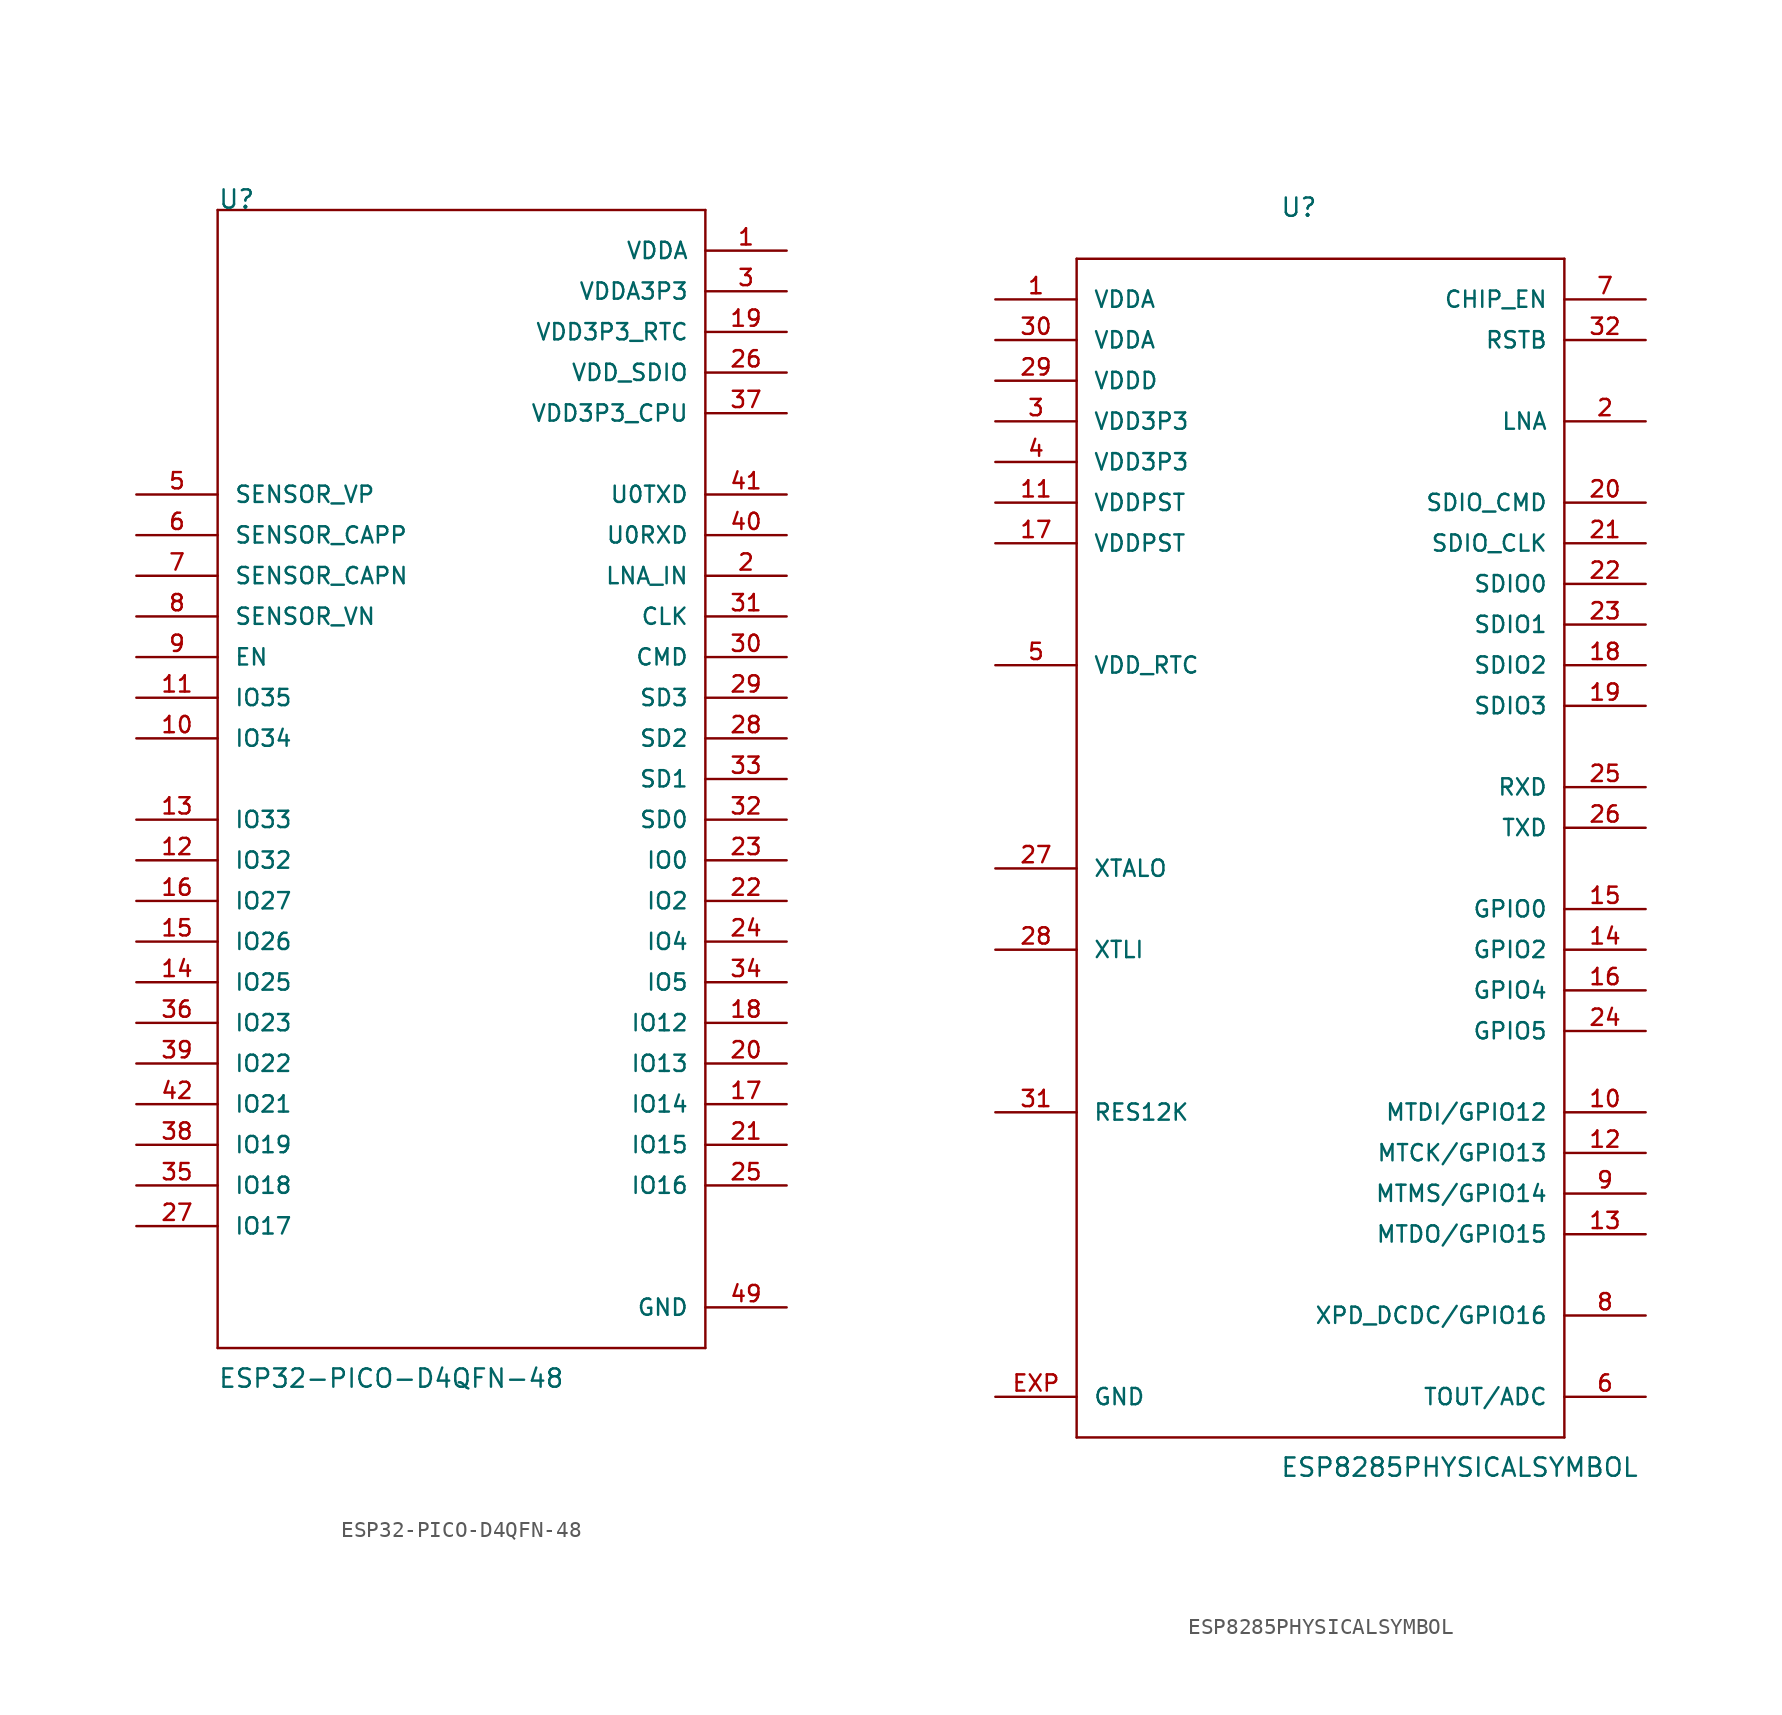
<source format=kicad_sym>
(kicad_symbol_lib
  (version 20211014)
  (generator kicad_symbol_editor)
  (symbol "ESP32-PICO-D4QFN-48"
    (pin_names
      (offset 1.016))
    (property "Reference" "U"
      (at -15.24 35.56 0)
      (effects (font (size 1.143 1.143)) (justify left bottom)))
    (property "Value" "ESP32-PICO-D4QFN-48"
      (at -15.24 -38.125 0)
      (effects (font (size 1.143 1.143)) (justify left bottom)))
    (property "ki_locked" ""
      (at 0 0 0)
      (effects (font (size 1.27 1.27))))
    (symbol "ESP32-PICO-D4QFN-48_1_0"
      (polyline (pts (xy -15.24 -35.56) (xy -15.24 35.56)) (stroke (width 0) (type default) (color 0 0 0 0)) (fill (type none)))
      (polyline (pts (xy -15.24 35.56) (xy 15.24 35.56)) (stroke (width 0) (type default) (color 0 0 0 0)) (fill (type none)))
      (polyline (pts (xy 15.24 -35.56) (xy -15.24 -35.56)) (stroke (width 0) (type default) (color 0 0 0 0)) (fill (type none)))
      (polyline (pts (xy 15.24 35.56) (xy 15.24 -35.56)) (stroke (width 0) (type default) (color 0 0 0 0)) (fill (type none))))
    (symbol "ESP32-PICO-D4QFN-48_1_1"
      (pin power_in line (at 20.32 33.02 180) (length 5.08) (name "VDDA" (effects (font (size 1.016 1.016)))) (number "1" (effects (font (size 1.016 1.016)))))
      (pin input line (at -20.32 2.54 0) (length 5.08) (name "IO34" (effects (font (size 1.016 1.016)))) (number "10" (effects (font (size 1.016 1.016)))))
      (pin input line (at -20.32 5.08 0) (length 5.08) (name "IO35" (effects (font (size 1.016 1.016)))) (number "11" (effects (font (size 1.016 1.016)))))
      (pin bidirectional line (at -20.32 -5.08 0) (length 5.08) (name "IO32" (effects (font (size 1.016 1.016)))) (number "12" (effects (font (size 1.016 1.016)))))
      (pin bidirectional line (at -20.32 -2.54 0) (length 5.08) (name "IO33" (effects (font (size 1.016 1.016)))) (number "13" (effects (font (size 1.016 1.016)))))
      (pin bidirectional line (at -20.32 -12.7 0) (length 5.08) (name "IO25" (effects (font (size 1.016 1.016)))) (number "14" (effects (font (size 1.016 1.016)))))
      (pin bidirectional line (at -20.32 -10.16 0) (length 5.08) (name "IO26" (effects (font (size 1.016 1.016)))) (number "15" (effects (font (size 1.016 1.016)))))
      (pin bidirectional line (at -20.32 -7.62 0) (length 5.08) (name "IO27" (effects (font (size 1.016 1.016)))) (number "16" (effects (font (size 1.016 1.016)))))
      (pin bidirectional line (at 20.32 -20.32 180) (length 5.08) (name "IO14" (effects (font (size 1.016 1.016)))) (number "17" (effects (font (size 1.016 1.016)))))
      (pin bidirectional line (at 20.32 -15.24 180) (length 5.08) (name "IO12" (effects (font (size 1.016 1.016)))) (number "18" (effects (font (size 1.016 1.016)))))
      (pin power_in line (at 20.32 27.94 180) (length 5.08) (name "VDD3P3_RTC" (effects (font (size 1.016 1.016)))) (number "19" (effects (font (size 1.016 1.016)))))
      (pin bidirectional line (at 20.32 12.7 180) (length 5.08) (name "LNA_IN" (effects (font (size 1.016 1.016)))) (number "2" (effects (font (size 1.016 1.016)))))
      (pin bidirectional line (at 20.32 -17.78 180) (length 5.08) (name "IO13" (effects (font (size 1.016 1.016)))) (number "20" (effects (font (size 1.016 1.016)))))
      (pin bidirectional line (at 20.32 -22.86 180) (length 5.08) (name "IO15" (effects (font (size 1.016 1.016)))) (number "21" (effects (font (size 1.016 1.016)))))
      (pin bidirectional line (at 20.32 -7.62 180) (length 5.08) (name "IO2" (effects (font (size 1.016 1.016)))) (number "22" (effects (font (size 1.016 1.016)))))
      (pin bidirectional line (at 20.32 -5.08 180) (length 5.08) (name "IO0" (effects (font (size 1.016 1.016)))) (number "23" (effects (font (size 1.016 1.016)))))
      (pin bidirectional line (at 20.32 -10.16 180) (length 5.08) (name "IO4" (effects (font (size 1.016 1.016)))) (number "24" (effects (font (size 1.016 1.016)))))
      (pin bidirectional line (at 20.32 -25.4 180) (length 5.08) (name "IO16" (effects (font (size 1.016 1.016)))) (number "25" (effects (font (size 1.016 1.016)))))
      (pin power_in line (at 20.32 25.4 180) (length 5.08) (name "VDD_SDIO" (effects (font (size 1.016 1.016)))) (number "26" (effects (font (size 1.016 1.016)))))
      (pin bidirectional line (at -20.32 -27.94 0) (length 5.08) (name "IO17" (effects (font (size 1.016 1.016)))) (number "27" (effects (font (size 1.016 1.016)))))
      (pin bidirectional line (at 20.32 2.54 180) (length 5.08) (name "SD2" (effects (font (size 1.016 1.016)))) (number "28" (effects (font (size 1.016 1.016)))))
      (pin bidirectional line (at 20.32 5.08 180) (length 5.08) (name "SD3" (effects (font (size 1.016 1.016)))) (number "29" (effects (font (size 1.016 1.016)))))
      (pin power_in line (at 20.32 30.48 180) (length 5.08) (name "VDDA3P3" (effects (font (size 1.016 1.016)))) (number "3" (effects (font (size 1.016 1.016)))))
      (pin bidirectional line (at 20.32 7.62 180) (length 5.08) (name "CMD" (effects (font (size 1.016 1.016)))) (number "30" (effects (font (size 1.016 1.016)))))
      (pin bidirectional line (at 20.32 10.16 180) (length 5.08) (name "CLK" (effects (font (size 1.016 1.016)))) (number "31" (effects (font (size 1.016 1.016)))))
      (pin bidirectional line (at 20.32 -2.54 180) (length 5.08) (name "SD0" (effects (font (size 1.016 1.016)))) (number "32" (effects (font (size 1.016 1.016)))))
      (pin bidirectional line (at 20.32 0 180) (length 5.08) (name "SD1" (effects (font (size 1.016 1.016)))) (number "33" (effects (font (size 1.016 1.016)))))
      (pin bidirectional line (at 20.32 -12.7 180) (length 5.08) (name "IO5" (effects (font (size 1.016 1.016)))) (number "34" (effects (font (size 1.016 1.016)))))
      (pin bidirectional line (at -20.32 -25.4 0) (length 5.08) (name "IO18" (effects (font (size 1.016 1.016)))) (number "35" (effects (font (size 1.016 1.016)))))
      (pin bidirectional line (at -20.32 -15.24 0) (length 5.08) (name "IO23" (effects (font (size 1.016 1.016)))) (number "36" (effects (font (size 1.016 1.016)))))
      (pin power_in line (at 20.32 22.86 180) (length 5.08) (name "VDD3P3_CPU" (effects (font (size 1.016 1.016)))) (number "37" (effects (font (size 1.016 1.016)))))
      (pin bidirectional line (at -20.32 -22.86 0) (length 5.08) (name "IO19" (effects (font (size 1.016 1.016)))) (number "38" (effects (font (size 1.016 1.016)))))
      (pin bidirectional line (at -20.32 -17.78 0) (length 5.08) (name "IO22" (effects (font (size 1.016 1.016)))) (number "39" (effects (font (size 1.016 1.016)))))
      (pin power_in line (at 20.32 30.48 180) (length 5.08) hide (name "VDDA3P3" (effects (font (size 1.016 1.016)))) (number "4" (effects (font (size 1.016 1.016)))))
      (pin bidirectional line (at 20.32 15.24 180) (length 5.08) (name "U0RXD" (effects (font (size 1.016 1.016)))) (number "40" (effects (font (size 1.016 1.016)))))
      (pin bidirectional line (at 20.32 17.78 180) (length 5.08) (name "U0TXD" (effects (font (size 1.016 1.016)))) (number "41" (effects (font (size 1.016 1.016)))))
      (pin bidirectional line (at -20.32 -20.32 0) (length 5.08) (name "IO21" (effects (font (size 1.016 1.016)))) (number "42" (effects (font (size 1.016 1.016)))))
      (pin power_in line (at 20.32 33.02 180) (length 5.08) hide (name "VDDA" (effects (font (size 1.016 1.016)))) (number "43" (effects (font (size 1.016 1.016)))))
      (pin power_in line (at 20.32 33.02 180) (length 5.08) hide (name "VDDA" (effects (font (size 1.016 1.016)))) (number "46" (effects (font (size 1.016 1.016)))))
      (pin power_in line (at 20.32 -33.02 180) (length 5.08) (name "GND" (effects (font (size 1.016 1.016)))) (number "49" (effects (font (size 1.016 1.016)))))
      (pin input line (at -20.32 17.78 0) (length 5.08) (name "SENSOR_VP" (effects (font (size 1.016 1.016)))) (number "5" (effects (font (size 1.016 1.016)))))
      (pin input line (at -20.32 15.24 0) (length 5.08) (name "SENSOR_CAPP" (effects (font (size 1.016 1.016)))) (number "6" (effects (font (size 1.016 1.016)))))
      (pin input line (at -20.32 12.7 0) (length 5.08) (name "SENSOR_CAPN" (effects (font (size 1.016 1.016)))) (number "7" (effects (font (size 1.016 1.016)))))
      (pin input line (at -20.32 10.16 0) (length 5.08) (name "SENSOR_VN" (effects (font (size 1.016 1.016)))) (number "8" (effects (font (size 1.016 1.016)))))
      (pin input line (at -20.32 7.62 0) (length 5.08) (name "EN" (effects (font (size 1.016 1.016)))) (number "9" (effects (font (size 1.016 1.016)))))))
  (symbol "ESP8285PHYSICALSYMBOL"
    (pin_names
      (offset 1.016))
    (property "Reference" "U"
      (at -2.54 38.1 0)
      (effects (font (size 1.143 1.143)) (justify left bottom)))
    (property "Value" "ESP8285PHYSICALSYMBOL"
      (at -2.54 -40.64 0)
      (effects (font (size 1.143 1.143)) (justify left bottom)))
    (property "ki_locked" ""
      (at 0 0 0)
      (effects (font (size 1.27 1.27))))
    (symbol "ESP8285PHYSICALSYMBOL_1_0"
      (polyline (pts (xy -15.24 -38.1) (xy 15.24 -38.1)) (stroke (width 0) (type default) (color 0 0 0 0)) (fill (type none)))
      (polyline (pts (xy -15.24 35.56) (xy -15.24 -38.1)) (stroke (width 0) (type default) (color 0 0 0 0)) (fill (type none)))
      (polyline (pts (xy 15.24 -38.1) (xy 15.24 35.56)) (stroke (width 0) (type default) (color 0 0 0 0)) (fill (type none)))
      (polyline (pts (xy 15.24 35.56) (xy -15.24 35.56)) (stroke (width 0) (type default) (color 0 0 0 0)) (fill (type none))))
    (symbol "ESP8285PHYSICALSYMBOL_1_1"
      (pin power_in line (at -20.32 33.02 0) (length 5.08) (name "VDDA" (effects (font (size 1.016 1.016)))) (number "1" (effects (font (size 1.016 1.016)))))
      (pin bidirectional line (at 20.32 -17.78 180) (length 5.08) (name "MTDI/GPIO12" (effects (font (size 1.016 1.016)))) (number "10" (effects (font (size 1.016 1.016)))))
      (pin power_in line (at -20.32 20.32 0) (length 5.08) (name "VDDPST" (effects (font (size 1.016 1.016)))) (number "11" (effects (font (size 1.016 1.016)))))
      (pin bidirectional line (at 20.32 -20.32 180) (length 5.08) (name "MTCK/GPIO13" (effects (font (size 1.016 1.016)))) (number "12" (effects (font (size 1.016 1.016)))))
      (pin bidirectional line (at 20.32 -25.4 180) (length 5.08) (name "MTDO/GPIO15" (effects (font (size 1.016 1.016)))) (number "13" (effects (font (size 1.016 1.016)))))
      (pin bidirectional line (at 20.32 -7.62 180) (length 5.08) (name "GPIO2" (effects (font (size 1.016 1.016)))) (number "14" (effects (font (size 1.016 1.016)))))
      (pin bidirectional line (at 20.32 -5.08 180) (length 5.08) (name "GPIO0" (effects (font (size 1.016 1.016)))) (number "15" (effects (font (size 1.016 1.016)))))
      (pin bidirectional line (at 20.32 -10.16 180) (length 5.08) (name "GPIO4" (effects (font (size 1.016 1.016)))) (number "16" (effects (font (size 1.016 1.016)))))
      (pin power_in line (at -20.32 17.78 0) (length 5.08) (name "VDDPST" (effects (font (size 1.016 1.016)))) (number "17" (effects (font (size 1.016 1.016)))))
      (pin bidirectional line (at 20.32 10.16 180) (length 5.08) (name "SDIO2" (effects (font (size 1.016 1.016)))) (number "18" (effects (font (size 1.016 1.016)))))
      (pin bidirectional line (at 20.32 7.62 180) (length 5.08) (name "SDIO3" (effects (font (size 1.016 1.016)))) (number "19" (effects (font (size 1.016 1.016)))))
      (pin bidirectional line (at 20.32 25.4 180) (length 5.08) (name "LNA" (effects (font (size 1.016 1.016)))) (number "2" (effects (font (size 1.016 1.016)))))
      (pin bidirectional line (at 20.32 20.32 180) (length 5.08) (name "SDIO_CMD" (effects (font (size 1.016 1.016)))) (number "20" (effects (font (size 1.016 1.016)))))
      (pin bidirectional line (at 20.32 17.78 180) (length 5.08) (name "SDIO_CLK" (effects (font (size 1.016 1.016)))) (number "21" (effects (font (size 1.016 1.016)))))
      (pin bidirectional line (at 20.32 15.24 180) (length 5.08) (name "SDIO0" (effects (font (size 1.016 1.016)))) (number "22" (effects (font (size 1.016 1.016)))))
      (pin bidirectional line (at 20.32 12.7 180) (length 5.08) (name "SDIO1" (effects (font (size 1.016 1.016)))) (number "23" (effects (font (size 1.016 1.016)))))
      (pin bidirectional line (at 20.32 -12.7 180) (length 5.08) (name "GPIO5" (effects (font (size 1.016 1.016)))) (number "24" (effects (font (size 1.016 1.016)))))
      (pin bidirectional line (at 20.32 2.54 180) (length 5.08) (name "RXD" (effects (font (size 1.016 1.016)))) (number "25" (effects (font (size 1.016 1.016)))))
      (pin bidirectional line (at 20.32 0 180) (length 5.08) (name "TXD" (effects (font (size 1.016 1.016)))) (number "26" (effects (font (size 1.016 1.016)))))
      (pin bidirectional line (at -20.32 -2.54 0) (length 5.08) (name "XTALO" (effects (font (size 1.016 1.016)))) (number "27" (effects (font (size 1.016 1.016)))))
      (pin bidirectional line (at -20.32 -7.62 0) (length 5.08) (name "XTLI" (effects (font (size 1.016 1.016)))) (number "28" (effects (font (size 1.016 1.016)))))
      (pin power_in line (at -20.32 27.94 0) (length 5.08) (name "VDDD" (effects (font (size 1.016 1.016)))) (number "29" (effects (font (size 1.016 1.016)))))
      (pin power_in line (at -20.32 25.4 0) (length 5.08) (name "VDD3P3" (effects (font (size 1.016 1.016)))) (number "3" (effects (font (size 1.016 1.016)))))
      (pin power_in line (at -20.32 30.48 0) (length 5.08) (name "VDDA" (effects (font (size 1.016 1.016)))) (number "30" (effects (font (size 1.016 1.016)))))
      (pin input line (at -20.32 -17.78 0) (length 5.08) (name "RES12K" (effects (font (size 1.016 1.016)))) (number "31" (effects (font (size 1.016 1.016)))))
      (pin input line (at 20.32 30.48 180) (length 5.08) (name "RSTB" (effects (font (size 1.016 1.016)))) (number "32" (effects (font (size 1.016 1.016)))))
      (pin power_in line (at -20.32 22.86 0) (length 5.08) (name "VDD3P3" (effects (font (size 1.016 1.016)))) (number "4" (effects (font (size 1.016 1.016)))))
      (pin unspecified line (at -20.32 10.16 0) (length 5.08) (name "VDD_RTC" (effects (font (size 1.016 1.016)))) (number "5" (effects (font (size 1.016 1.016)))))
      (pin input line (at 20.32 -35.56 180) (length 5.08) (name "TOUT/ADC" (effects (font (size 1.016 1.016)))) (number "6" (effects (font (size 1.016 1.016)))))
      (pin input line (at 20.32 33.02 180) (length 5.08) (name "CHIP_EN" (effects (font (size 1.016 1.016)))) (number "7" (effects (font (size 1.016 1.016)))))
      (pin bidirectional line (at 20.32 -30.48 180) (length 5.08) (name "XPD_DCDC/GPIO16" (effects (font (size 1.016 1.016)))) (number "8" (effects (font (size 1.016 1.016)))))
      (pin bidirectional line (at 20.32 -22.86 180) (length 5.08) (name "MTMS/GPIO14" (effects (font (size 1.016 1.016)))) (number "9" (effects (font (size 1.016 1.016)))))
      (pin power_in line (at -20.32 -35.56 0) (length 5.08) (name "GND" (effects (font (size 1.016 1.016)))) (number "EXP" (effects (font (size 1.016 1.016))))))))
</source>
